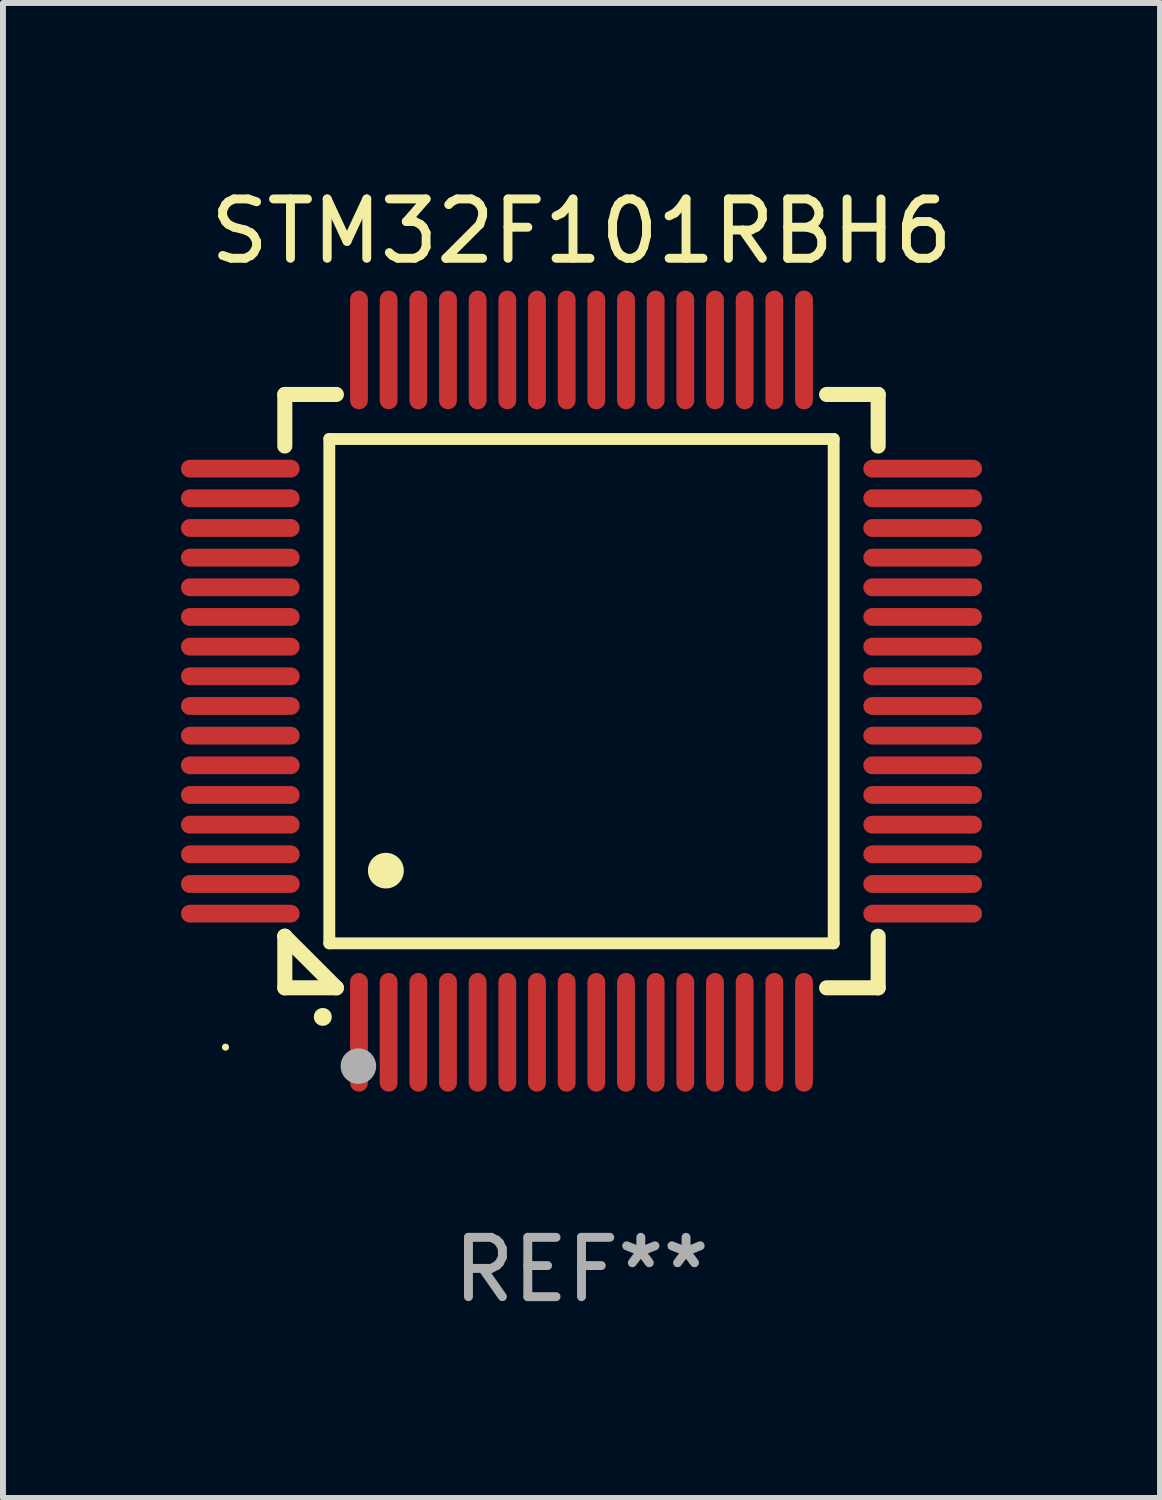
<source format=kicad_pcb>
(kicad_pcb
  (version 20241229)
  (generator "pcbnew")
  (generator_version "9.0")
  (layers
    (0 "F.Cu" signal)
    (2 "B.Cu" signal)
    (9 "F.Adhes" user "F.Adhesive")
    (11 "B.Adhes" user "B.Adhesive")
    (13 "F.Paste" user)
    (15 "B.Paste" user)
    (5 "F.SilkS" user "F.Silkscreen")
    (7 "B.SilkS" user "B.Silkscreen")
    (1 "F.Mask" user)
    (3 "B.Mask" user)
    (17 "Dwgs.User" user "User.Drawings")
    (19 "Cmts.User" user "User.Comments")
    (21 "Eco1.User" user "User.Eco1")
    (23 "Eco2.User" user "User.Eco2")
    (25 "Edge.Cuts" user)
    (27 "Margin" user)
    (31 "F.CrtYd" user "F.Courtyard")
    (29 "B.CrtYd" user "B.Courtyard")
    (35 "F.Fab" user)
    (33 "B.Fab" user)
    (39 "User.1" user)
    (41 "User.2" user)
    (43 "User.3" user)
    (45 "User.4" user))
  (footprint "STM32F101RBH6"
    (layer "F.Cu")
    (at 6.75 8.598)
    (property "Reference" "STM32F101RBH6" (at 0 -7.75 0) (layer "F.SilkS") (effects (font (size 1 1) (thickness 0.15))))
    (attr through_hole)
    (fp_line (start -5 -5) (end -4.131 -5) (stroke (width 0.254) (type solid)) (layer "F.SilkS"))
    (fp_line (start -5 -4.131) (end -5 -5) (stroke (width 0.254) (type solid)) (layer "F.SilkS"))
    (fp_line (start -5 4.131) (end -5 4.131) (stroke (width 0.254) (type solid)) (layer "F.SilkS"))
    (fp_line (start -5 5) (end -5 4.131) (stroke (width 0.254) (type solid)) (layer "F.SilkS"))
    (fp_line (start -5 4.131) (end -4.131 5) (stroke (width 0.254) (type solid)) (layer "F.SilkS"))
    (fp_line (start -4.25 -4.25) (end -4.25 4.25) (stroke (width 0.2) (type solid)) (layer "F.SilkS"))
    (fp_line (start -4.25 4.25) (end 4.25 4.25) (stroke (width 0.2) (type solid)) (layer "F.SilkS"))
    (fp_line (start -4.131 5) (end -5 5) (stroke (width 0.254) (type solid)) (layer "F.SilkS"))
    (fp_line (start 4.25 -4.25) (end -4.25 -4.25) (stroke (width 0.2) (type solid)) (layer "F.SilkS"))
    (fp_line (start 4.25 4.25) (end 4.25 -4.25) (stroke (width 0.2) (type solid)) (layer "F.SilkS"))
    (fp_line (start 5 -5) (end 4.131 -5) (stroke (width 0.254) (type solid)) (layer "F.SilkS"))
    (fp_line (start 5 -5) (end 5 -4.131) (stroke (width 0.254) (type solid)) (layer "F.SilkS"))
    (fp_line (start 5 4.131) (end 5 5) (stroke (width 0.254) (type solid)) (layer "F.SilkS"))
    (fp_line (start 5 5) (end 4.131 5) (stroke (width 0.254) (type solid)) (layer "F.SilkS"))
    (fp_arc (start -4.361265 5.489992) (mid -4.359995 5.489987) (end -4.358725 5.489992) (stroke (width 0.3) (type solid)) (layer "F.SilkS"))
    (fp_arc (start -3.299467 3.025146) (mid -3.296927 3.025135) (end -3.294387 3.025146) (stroke (width 0.6) (type solid)) (layer "F.SilkS"))
    (fp_circle (center -6 6) (end -5.97 6) (stroke (width 0.06) (type solid)) (fill no) (layer "F.SilkS"))
    (fp_circle (center -3.76 6.32) (end -3.61 6.32) (stroke (width 0.3) (type solid)) (fill no) (layer "F.Fab"))
    (fp_text user "REF**" (at 0 9.75 0) (layer "F.Fab") (effects (font (size 1 1) (thickness 0.15))))
    (pad "1" smd oval (at -3.75 5.75) (size 0.3 2) (layers "F.Cu" "F.Mask" "F.Paste"))
    (pad "2" smd oval (at -3.25 5.75) (size 0.3 2) (layers "F.Cu" "F.Mask" "F.Paste"))
    (pad "3" smd oval (at -2.75 5.75) (size 0.3 2) (layers "F.Cu" "F.Mask" "F.Paste"))
    (pad "4" smd oval (at -2.25 5.75) (size 0.3 2) (layers "F.Cu" "F.Mask" "F.Paste"))
    (pad "5" smd oval (at -1.75 5.75) (size 0.3 2) (layers "F.Cu" "F.Mask" "F.Paste"))
    (pad "6" smd oval (at -1.25 5.75) (size 0.3 2) (layers "F.Cu" "F.Mask" "F.Paste"))
    (pad "7" smd oval (at -0.75 5.75) (size 0.3 2) (layers "F.Cu" "F.Mask" "F.Paste"))
    (pad "8" smd oval (at -0.25 5.75) (size 0.3 2) (layers "F.Cu" "F.Mask" "F.Paste"))
    (pad "9" smd oval (at 0.25 5.75) (size 0.3 2) (layers "F.Cu" "F.Mask" "F.Paste"))
    (pad "10" smd oval (at 0.75 5.75) (size 0.3 2) (layers "F.Cu" "F.Mask" "F.Paste"))
    (pad "11" smd oval (at 1.25 5.75) (size 0.3 2) (layers "F.Cu" "F.Mask" "F.Paste"))
    (pad "12" smd oval (at 1.75 5.75) (size 0.3 2) (layers "F.Cu" "F.Mask" "F.Paste"))
    (pad "13" smd oval (at 2.25 5.75) (size 0.3 2) (layers "F.Cu" "F.Mask" "F.Paste"))
    (pad "14" smd oval (at 2.75 5.75) (size 0.3 2) (layers "F.Cu" "F.Mask" "F.Paste"))
    (pad "15" smd oval (at 3.25 5.75) (size 0.3 2) (layers "F.Cu" "F.Mask" "F.Paste"))
    (pad "16" smd oval (at 3.75 5.75) (size 0.3 2) (layers "F.Cu" "F.Mask" "F.Paste"))
    (pad "17" smd oval (at 5.75 3.75) (size 2 0.3) (layers "F.Cu" "F.Mask" "F.Paste"))
    (pad "18" smd oval (at 5.75 3.25) (size 2 0.3) (layers "F.Cu" "F.Mask" "F.Paste"))
    (pad "19" smd oval (at 5.75 2.75) (size 2 0.3) (layers "F.Cu" "F.Mask" "F.Paste"))
    (pad "20" smd oval (at 5.75 2.25) (size 2 0.3) (layers "F.Cu" "F.Mask" "F.Paste"))
    (pad "21" smd oval (at 5.75 1.75) (size 2 0.3) (layers "F.Cu" "F.Mask" "F.Paste"))
    (pad "22" smd oval (at 5.75 1.25) (size 2 0.3) (layers "F.Cu" "F.Mask" "F.Paste"))
    (pad "23" smd oval (at 5.75 0.75) (size 2 0.3) (layers "F.Cu" "F.Mask" "F.Paste"))
    (pad "24" smd oval (at 5.75 0.25) (size 2 0.3) (layers "F.Cu" "F.Mask" "F.Paste"))
    (pad "25" smd oval (at 5.75 -0.25) (size 2 0.3) (layers "F.Cu" "F.Mask" "F.Paste"))
    (pad "26" smd oval (at 5.75 -0.75) (size 2 0.3) (layers "F.Cu" "F.Mask" "F.Paste"))
    (pad "27" smd oval (at 5.75 -1.25) (size 2 0.3) (layers "F.Cu" "F.Mask" "F.Paste"))
    (pad "28" smd oval (at 5.75 -1.75) (size 2 0.3) (layers "F.Cu" "F.Mask" "F.Paste"))
    (pad "29" smd oval (at 5.75 -2.25) (size 2 0.3) (layers "F.Cu" "F.Mask" "F.Paste"))
    (pad "30" smd oval (at 5.75 -2.75) (size 2 0.3) (layers "F.Cu" "F.Mask" "F.Paste"))
    (pad "31" smd oval (at 5.75 -3.25) (size 2 0.3) (layers "F.Cu" "F.Mask" "F.Paste"))
    (pad "32" smd oval (at 5.75 -3.75) (size 2 0.3) (layers "F.Cu" "F.Mask" "F.Paste"))
    (pad "33" smd oval (at 3.75 -5.75) (size 0.3 2) (layers "F.Cu" "F.Mask" "F.Paste"))
    (pad "34" smd oval (at 3.25 -5.75) (size 0.3 2) (layers "F.Cu" "F.Mask" "F.Paste"))
    (pad "35" smd oval (at 2.75 -5.75) (size 0.3 2) (layers "F.Cu" "F.Mask" "F.Paste"))
    (pad "36" smd oval (at 2.25 -5.75) (size 0.3 2) (layers "F.Cu" "F.Mask" "F.Paste"))
    (pad "37" smd oval (at 1.75 -5.75) (size 0.3 2) (layers "F.Cu" "F.Mask" "F.Paste"))
    (pad "38" smd oval (at 1.25 -5.75) (size 0.3 2) (layers "F.Cu" "F.Mask" "F.Paste"))
    (pad "39" smd oval (at 0.75 -5.75) (size 0.3 2) (layers "F.Cu" "F.Mask" "F.Paste"))
    (pad "40" smd oval (at 0.25 -5.75) (size 0.3 2) (layers "F.Cu" "F.Mask" "F.Paste"))
    (pad "41" smd oval (at -0.25 -5.75) (size 0.3 2) (layers "F.Cu" "F.Mask" "F.Paste"))
    (pad "42" smd oval (at -0.75 -5.75) (size 0.3 2) (layers "F.Cu" "F.Mask" "F.Paste"))
    (pad "43" smd oval (at -1.25 -5.75) (size 0.3 2) (layers "F.Cu" "F.Mask" "F.Paste"))
    (pad "44" smd oval (at -1.75 -5.75) (size 0.3 2) (layers "F.Cu" "F.Mask" "F.Paste"))
    (pad "45" smd oval (at -2.25 -5.75) (size 0.3 2) (layers "F.Cu" "F.Mask" "F.Paste"))
    (pad "46" smd oval (at -2.75 -5.75) (size 0.3 2) (layers "F.Cu" "F.Mask" "F.Paste"))
    (pad "47" smd oval (at -3.25 -5.75) (size 0.3 2) (layers "F.Cu" "F.Mask" "F.Paste"))
    (pad "48" smd oval (at -3.75 -5.75) (size 0.3 2) (layers "F.Cu" "F.Mask" "F.Paste"))
    (pad "49" smd oval (at -5.75 -3.75) (size 2 0.3) (layers "F.Cu" "F.Mask" "F.Paste"))
    (pad "50" smd oval (at -5.75 -3.25) (size 2 0.3) (layers "F.Cu" "F.Mask" "F.Paste"))
    (pad "51" smd oval (at -5.75 -2.75) (size 2 0.3) (layers "F.Cu" "F.Mask" "F.Paste"))
    (pad "52" smd oval (at -5.75 -2.25) (size 2 0.3) (layers "F.Cu" "F.Mask" "F.Paste"))
    (pad "53" smd oval (at -5.75 -1.75) (size 2 0.3) (layers "F.Cu" "F.Mask" "F.Paste"))
    (pad "54" smd oval (at -5.75 -1.25) (size 2 0.3) (layers "F.Cu" "F.Mask" "F.Paste"))
    (pad "55" smd oval (at -5.75 -0.75) (size 2 0.3) (layers "F.Cu" "F.Mask" "F.Paste"))
    (pad "56" smd oval (at -5.75 -0.25) (size 2 0.3) (layers "F.Cu" "F.Mask" "F.Paste"))
    (pad "57" smd oval (at -5.75 0.25) (size 2 0.3) (layers "F.Cu" "F.Mask" "F.Paste"))
    (pad "58" smd oval (at -5.75 0.75) (size 2 0.3) (layers "F.Cu" "F.Mask" "F.Paste"))
    (pad "59" smd oval (at -5.75 1.25) (size 2 0.3) (layers "F.Cu" "F.Mask" "F.Paste"))
    (pad "60" smd oval (at -5.75 1.75) (size 2 0.3) (layers "F.Cu" "F.Mask" "F.Paste"))
    (pad "61" smd oval (at -5.75 2.25) (size 2 0.3) (layers "F.Cu" "F.Mask" "F.Paste"))
    (pad "62" smd oval (at -5.75 2.75) (size 2 0.3) (layers "F.Cu" "F.Mask" "F.Paste"))
    (pad "63" smd oval (at -5.75 3.25) (size 2 0.3) (layers "F.Cu" "F.Mask" "F.Paste"))
    (pad "64" smd oval (at -5.75 3.75) (size 2 0.3) (layers "F.Cu" "F.Mask" "F.Paste")))
  (gr_rect
    (start -3 -3)
    (end 16.5 22.196)
    (stroke (width 0.1) (type default))
    (fill no)
    (layer "Edge.Cuts")))
</source>
